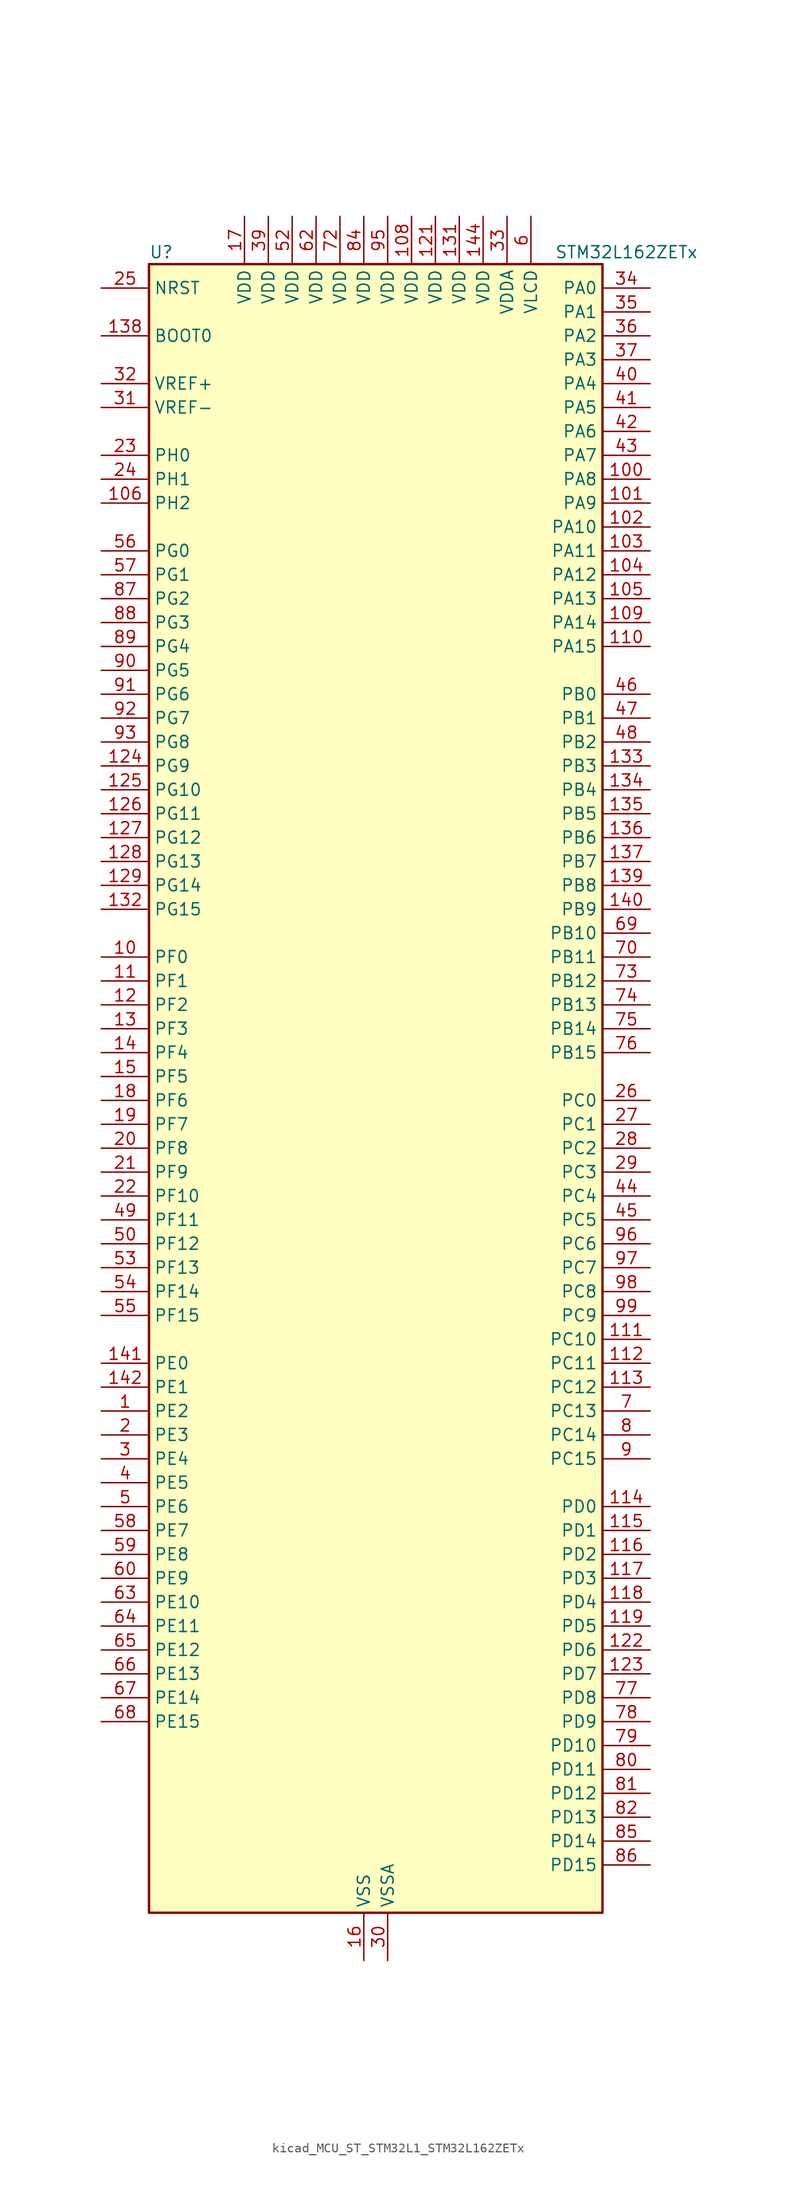
<source format=kicad_sym>
(kicad_symbol_lib
  (version 20220914)
  (generator kicad_symbol_editor)
  (symbol "kicad_MCU_ST_STM32L1_STM32L162ZETx"
    (property "Reference" "U"
      (at -22.86 90.17 0)
      (effects (font (size 1.27 1.27)) (justify left)))
    (property "Value" "STM32L162ZETx"
      (at 20.32 90.17 0)
      (effects (font (size 1.27 1.27)) (justify left)))
    (property "ki_locked" ""
      (at 0 0 0)
      (effects (font (size 1.27 1.27))))
    (symbol "kicad_MCU_ST_STM32L1_STM32L162ZETx_0_1"
      (rectangle (start -22.86 -86.36) (end 25.4 88.9) (stroke (width 0.254) (type default)) (fill (type background))))
    (symbol "kicad_MCU_ST_STM32L1_STM32L162ZETx_1_1"
      (pin bidirectional line (at -27.94 -33.02 0) (length 5.08) (name "PE2" (effects (font (size 1.27 1.27)))) (number "1" (effects (font (size 1.27 1.27)))) (alternate "LCD_SEG38" bidirectional line) (alternate "SYS_TRACECK" bidirectional line) (alternate "TIM3_ETR" bidirectional line) (alternate "TIMX_IC3" bidirectional line))
      (pin bidirectional line (at -27.94 15.24 0) (length 5.08) (name "PF0" (effects (font (size 1.27 1.27)))) (number "10" (effects (font (size 1.27 1.27)))))
      (pin bidirectional line (at 30.48 66.04 180) (length 5.08) (name "PA8" (effects (font (size 1.27 1.27)))) (number "100" (effects (font (size 1.27 1.27)))) (alternate "LCD_COM0" bidirectional line) (alternate "RCC_MCO" bidirectional line) (alternate "TIMX_IC1" bidirectional line) (alternate "TS_G4_IO1" bidirectional line) (alternate "USART1_CK" bidirectional line))
      (pin bidirectional line (at 30.48 63.5 180) (length 5.08) (name "PA9" (effects (font (size 1.27 1.27)))) (number "101" (effects (font (size 1.27 1.27)))) (alternate "DAC_EXTI9" bidirectional line) (alternate "LCD_COM1" bidirectional line) (alternate "TIMX_IC2" bidirectional line) (alternate "TS_G4_IO2" bidirectional line) (alternate "USART1_TX" bidirectional line))
      (pin bidirectional line (at 30.48 60.96 180) (length 5.08) (name "PA10" (effects (font (size 1.27 1.27)))) (number "102" (effects (font (size 1.27 1.27)))) (alternate "LCD_COM2" bidirectional line) (alternate "TIMX_IC3" bidirectional line) (alternate "TS_G4_IO3" bidirectional line) (alternate "USART1_RX" bidirectional line))
      (pin bidirectional line (at 30.48 58.42 180) (length 5.08) (name "PA11" (effects (font (size 1.27 1.27)))) (number "103" (effects (font (size 1.27 1.27)))) (alternate "ADC_EXTI11" bidirectional line) (alternate "SPI1_MISO" bidirectional line) (alternate "TIMX_IC4" bidirectional line) (alternate "USART1_CTS" bidirectional line) (alternate "USB_DM" bidirectional line))
      (pin bidirectional line (at 30.48 55.88 180) (length 5.08) (name "PA12" (effects (font (size 1.27 1.27)))) (number "104" (effects (font (size 1.27 1.27)))) (alternate "SPI1_MOSI" bidirectional line) (alternate "TIMX_IC1" bidirectional line) (alternate "USART1_RTS" bidirectional line) (alternate "USB_DP" bidirectional line))
      (pin bidirectional line (at 30.48 53.34 180) (length 5.08) (name "PA13" (effects (font (size 1.27 1.27)))) (number "105" (effects (font (size 1.27 1.27)))) (alternate "SYS_JTMS-SWDIO" bidirectional line) (alternate "TIMX_IC2" bidirectional line) (alternate "TS_G5_IO1" bidirectional line))
      (pin bidirectional line (at -27.94 63.5 0) (length 5.08) (name "PH2" (effects (font (size 1.27 1.27)))) (number "106" (effects (font (size 1.27 1.27)))))
      (pin passive line (at 0 -91.44 90) (length 5.08) hide (name "VSS" (effects (font (size 1.27 1.27)))) (number "107" (effects (font (size 1.27 1.27)))))
      (pin power_in line (at 5.08 93.98 270) (length 5.08) (name "VDD" (effects (font (size 1.27 1.27)))) (number "108" (effects (font (size 1.27 1.27)))))
      (pin bidirectional line (at 30.48 50.8 180) (length 5.08) (name "PA14" (effects (font (size 1.27 1.27)))) (number "109" (effects (font (size 1.27 1.27)))) (alternate "SYS_JTCK-SWCLK" bidirectional line) (alternate "TIMX_IC3" bidirectional line) (alternate "TS_G5_IO2" bidirectional line))
      (pin bidirectional line (at -27.94 12.7 0) (length 5.08) (name "PF1" (effects (font (size 1.27 1.27)))) (number "11" (effects (font (size 1.27 1.27)))))
      (pin bidirectional line (at 30.48 48.26 180) (length 5.08) (name "PA15" (effects (font (size 1.27 1.27)))) (number "110" (effects (font (size 1.27 1.27)))) (alternate "ADC_EXTI15" bidirectional line) (alternate "I2S3_WS" bidirectional line) (alternate "LCD_SEG17" bidirectional line) (alternate "SPI1_NSS" bidirectional line) (alternate "SPI3_NSS" bidirectional line) (alternate "SYS_JTDI" bidirectional line) (alternate "TIM2_CH1" bidirectional line) (alternate "TIM2_ETR" bidirectional line) (alternate "TIMX_IC4" bidirectional line) (alternate "TS_G5_IO3" bidirectional line))
      (pin bidirectional line (at 30.48 -25.4 180) (length 5.08) (name "PC10" (effects (font (size 1.27 1.27)))) (number "111" (effects (font (size 1.27 1.27)))) (alternate "I2S3_CK" bidirectional line) (alternate "LCD_COM4" bidirectional line) (alternate "LCD_SEG28" bidirectional line) (alternate "LCD_SEG40" bidirectional line) (alternate "SPI3_SCK" bidirectional line) (alternate "TIMX_IC3" bidirectional line) (alternate "UART4_TX" bidirectional line) (alternate "USART3_TX" bidirectional line))
      (pin bidirectional line (at 30.48 -27.94 180) (length 5.08) (name "PC11" (effects (font (size 1.27 1.27)))) (number "112" (effects (font (size 1.27 1.27)))) (alternate "ADC_EXTI11" bidirectional line) (alternate "LCD_COM5" bidirectional line) (alternate "LCD_SEG29" bidirectional line) (alternate "LCD_SEG41" bidirectional line) (alternate "SPI3_MISO" bidirectional line) (alternate "TIMX_IC4" bidirectional line) (alternate "UART4_RX" bidirectional line) (alternate "USART3_RX" bidirectional line))
      (pin bidirectional line (at 30.48 -30.48 180) (length 5.08) (name "PC12" (effects (font (size 1.27 1.27)))) (number "113" (effects (font (size 1.27 1.27)))) (alternate "I2S3_SD" bidirectional line) (alternate "LCD_COM6" bidirectional line) (alternate "LCD_SEG30" bidirectional line) (alternate "LCD_SEG42" bidirectional line) (alternate "SPI3_MOSI" bidirectional line) (alternate "TIMX_IC1" bidirectional line) (alternate "UART5_TX" bidirectional line) (alternate "USART3_CK" bidirectional line))
      (pin bidirectional line (at 30.48 -43.18 180) (length 5.08) (name "PD0" (effects (font (size 1.27 1.27)))) (number "114" (effects (font (size 1.27 1.27)))) (alternate "I2S2_WS" bidirectional line) (alternate "SPI2_NSS" bidirectional line) (alternate "TIM9_CH1" bidirectional line) (alternate "TIMX_IC1" bidirectional line))
      (pin bidirectional line (at 30.48 -45.72 180) (length 5.08) (name "PD1" (effects (font (size 1.27 1.27)))) (number "115" (effects (font (size 1.27 1.27)))) (alternate "I2S2_CK" bidirectional line) (alternate "SPI2_SCK" bidirectional line) (alternate "TIMX_IC2" bidirectional line))
      (pin bidirectional line (at 30.48 -48.26 180) (length 5.08) (name "PD2" (effects (font (size 1.27 1.27)))) (number "116" (effects (font (size 1.27 1.27)))) (alternate "LCD_COM7" bidirectional line) (alternate "LCD_SEG31" bidirectional line) (alternate "LCD_SEG43" bidirectional line) (alternate "TIM3_ETR" bidirectional line) (alternate "TIMX_IC3" bidirectional line) (alternate "UART5_RX" bidirectional line))
      (pin bidirectional line (at 30.48 -50.8 180) (length 5.08) (name "PD3" (effects (font (size 1.27 1.27)))) (number "117" (effects (font (size 1.27 1.27)))) (alternate "SPI2_MISO" bidirectional line) (alternate "TIMX_IC4" bidirectional line) (alternate "USART2_CTS" bidirectional line))
      (pin bidirectional line (at 30.48 -53.34 180) (length 5.08) (name "PD4" (effects (font (size 1.27 1.27)))) (number "118" (effects (font (size 1.27 1.27)))) (alternate "I2S2_SD" bidirectional line) (alternate "SPI2_MOSI" bidirectional line) (alternate "TIMX_IC1" bidirectional line) (alternate "USART2_RTS" bidirectional line))
      (pin bidirectional line (at 30.48 -55.88 180) (length 5.08) (name "PD5" (effects (font (size 1.27 1.27)))) (number "119" (effects (font (size 1.27 1.27)))) (alternate "TIMX_IC2" bidirectional line) (alternate "USART2_TX" bidirectional line))
      (pin bidirectional line (at -27.94 10.16 0) (length 5.08) (name "PF2" (effects (font (size 1.27 1.27)))) (number "12" (effects (font (size 1.27 1.27)))))
      (pin passive line (at 0 -91.44 90) (length 5.08) hide (name "VSS" (effects (font (size 1.27 1.27)))) (number "120" (effects (font (size 1.27 1.27)))))
      (pin power_in line (at 7.62 93.98 270) (length 5.08) (name "VDD" (effects (font (size 1.27 1.27)))) (number "121" (effects (font (size 1.27 1.27)))))
      (pin bidirectional line (at 30.48 -58.42 180) (length 5.08) (name "PD6" (effects (font (size 1.27 1.27)))) (number "122" (effects (font (size 1.27 1.27)))) (alternate "TIMX_IC3" bidirectional line) (alternate "USART2_RX" bidirectional line))
      (pin bidirectional line (at 30.48 -60.96 180) (length 5.08) (name "PD7" (effects (font (size 1.27 1.27)))) (number "123" (effects (font (size 1.27 1.27)))) (alternate "TIM9_CH2" bidirectional line) (alternate "TIMX_IC4" bidirectional line) (alternate "USART2_CK" bidirectional line))
      (pin bidirectional line (at -27.94 35.56 0) (length 5.08) (name "PG9" (effects (font (size 1.27 1.27)))) (number "124" (effects (font (size 1.27 1.27)))) (alternate "DAC_EXTI9" bidirectional line))
      (pin bidirectional line (at -27.94 33.02 0) (length 5.08) (name "PG10" (effects (font (size 1.27 1.27)))) (number "125" (effects (font (size 1.27 1.27)))))
      (pin bidirectional line (at -27.94 30.48 0) (length 5.08) (name "PG11" (effects (font (size 1.27 1.27)))) (number "126" (effects (font (size 1.27 1.27)))) (alternate "ADC_EXTI11" bidirectional line))
      (pin bidirectional line (at -27.94 27.94 0) (length 5.08) (name "PG12" (effects (font (size 1.27 1.27)))) (number "127" (effects (font (size 1.27 1.27)))))
      (pin bidirectional line (at -27.94 25.4 0) (length 5.08) (name "PG13" (effects (font (size 1.27 1.27)))) (number "128" (effects (font (size 1.27 1.27)))))
      (pin bidirectional line (at -27.94 22.86 0) (length 5.08) (name "PG14" (effects (font (size 1.27 1.27)))) (number "129" (effects (font (size 1.27 1.27)))))
      (pin bidirectional line (at -27.94 7.62 0) (length 5.08) (name "PF3" (effects (font (size 1.27 1.27)))) (number "13" (effects (font (size 1.27 1.27)))))
      (pin passive line (at 0 -91.44 90) (length 5.08) hide (name "VSS" (effects (font (size 1.27 1.27)))) (number "130" (effects (font (size 1.27 1.27)))))
      (pin power_in line (at 10.16 93.98 270) (length 5.08) (name "VDD" (effects (font (size 1.27 1.27)))) (number "131" (effects (font (size 1.27 1.27)))))
      (pin bidirectional line (at -27.94 20.32 0) (length 5.08) (name "PG15" (effects (font (size 1.27 1.27)))) (number "132" (effects (font (size 1.27 1.27)))) (alternate "ADC_EXTI15" bidirectional line))
      (pin bidirectional line (at 30.48 35.56 180) (length 5.08) (name "PB3" (effects (font (size 1.27 1.27)))) (number "133" (effects (font (size 1.27 1.27)))) (alternate "COMP2_INM" bidirectional line) (alternate "I2S3_CK" bidirectional line) (alternate "LCD_SEG7" bidirectional line) (alternate "SPI1_SCK" bidirectional line) (alternate "SPI3_SCK" bidirectional line) (alternate "SYS_JTDO-TRACESWO" bidirectional line) (alternate "TIM2_CH2" bidirectional line))
      (pin bidirectional line (at 30.48 33.02 180) (length 5.08) (name "PB4" (effects (font (size 1.27 1.27)))) (number "134" (effects (font (size 1.27 1.27)))) (alternate "COMP2_INP" bidirectional line) (alternate "LCD_SEG8" bidirectional line) (alternate "SPI1_MISO" bidirectional line) (alternate "SPI3_MISO" bidirectional line) (alternate "SYS_JTRST" bidirectional line) (alternate "TIM3_CH1" bidirectional line) (alternate "TS_G6_IO1" bidirectional line))
      (pin bidirectional line (at 30.48 30.48 180) (length 5.08) (name "PB5" (effects (font (size 1.27 1.27)))) (number "135" (effects (font (size 1.27 1.27)))) (alternate "COMP2_INP" bidirectional line) (alternate "I2C1_SMBA" bidirectional line) (alternate "I2S3_SD" bidirectional line) (alternate "LCD_SEG9" bidirectional line) (alternate "SPI1_MOSI" bidirectional line) (alternate "SPI3_MOSI" bidirectional line) (alternate "TIM3_CH2" bidirectional line) (alternate "TS_G6_IO2" bidirectional line))
      (pin bidirectional line (at 30.48 27.94 180) (length 5.08) (name "PB6" (effects (font (size 1.27 1.27)))) (number "136" (effects (font (size 1.27 1.27)))) (alternate "COMP2_INP" bidirectional line) (alternate "I2C1_SCL" bidirectional line) (alternate "TIM4_CH1" bidirectional line) (alternate "TS_G6_IO3" bidirectional line) (alternate "USART1_TX" bidirectional line))
      (pin bidirectional line (at 30.48 25.4 180) (length 5.08) (name "PB7" (effects (font (size 1.27 1.27)))) (number "137" (effects (font (size 1.27 1.27)))) (alternate "COMP2_INP" bidirectional line) (alternate "I2C1_SDA" bidirectional line) (alternate "SYS_PVD_IN" bidirectional line) (alternate "TIM4_CH2" bidirectional line) (alternate "TS_G6_IO4" bidirectional line) (alternate "USART1_RX" bidirectional line))
      (pin input line (at -27.94 81.28 0) (length 5.08) (name "BOOT0" (effects (font (size 1.27 1.27)))) (number "138" (effects (font (size 1.27 1.27)))))
      (pin bidirectional line (at 30.48 22.86 180) (length 5.08) (name "PB8" (effects (font (size 1.27 1.27)))) (number "139" (effects (font (size 1.27 1.27)))) (alternate "I2C1_SCL" bidirectional line) (alternate "LCD_SEG16" bidirectional line) (alternate "TIM10_CH1" bidirectional line) (alternate "TIM4_CH3" bidirectional line))
      (pin bidirectional line (at -27.94 5.08 0) (length 5.08) (name "PF4" (effects (font (size 1.27 1.27)))) (number "14" (effects (font (size 1.27 1.27)))))
      (pin bidirectional line (at 30.48 20.32 180) (length 5.08) (name "PB9" (effects (font (size 1.27 1.27)))) (number "140" (effects (font (size 1.27 1.27)))) (alternate "DAC_EXTI9" bidirectional line) (alternate "I2C1_SDA" bidirectional line) (alternate "LCD_COM3" bidirectional line) (alternate "TIM11_CH1" bidirectional line) (alternate "TIM4_CH4" bidirectional line))
      (pin bidirectional line (at -27.94 -27.94 0) (length 5.08) (name "PE0" (effects (font (size 1.27 1.27)))) (number "141" (effects (font (size 1.27 1.27)))) (alternate "LCD_SEG36" bidirectional line) (alternate "TIM10_CH1" bidirectional line) (alternate "TIM4_ETR" bidirectional line) (alternate "TIMX_IC1" bidirectional line))
      (pin bidirectional line (at -27.94 -30.48 0) (length 5.08) (name "PE1" (effects (font (size 1.27 1.27)))) (number "142" (effects (font (size 1.27 1.27)))) (alternate "LCD_SEG37" bidirectional line) (alternate "TIM11_CH1" bidirectional line) (alternate "TIMX_IC2" bidirectional line))
      (pin passive line (at 0 -91.44 90) (length 5.08) hide (name "VSS" (effects (font (size 1.27 1.27)))) (number "143" (effects (font (size 1.27 1.27)))))
      (pin power_in line (at 12.7 93.98 270) (length 5.08) (name "VDD" (effects (font (size 1.27 1.27)))) (number "144" (effects (font (size 1.27 1.27)))))
      (pin bidirectional line (at -27.94 2.54 0) (length 5.08) (name "PF5" (effects (font (size 1.27 1.27)))) (number "15" (effects (font (size 1.27 1.27)))))
      (pin power_in line (at 0 -91.44 90) (length 5.08) (name "VSS" (effects (font (size 1.27 1.27)))) (number "16" (effects (font (size 1.27 1.27)))))
      (pin power_in line (at -12.7 93.98 270) (length 5.08) (name "VDD" (effects (font (size 1.27 1.27)))) (number "17" (effects (font (size 1.27 1.27)))))
      (pin bidirectional line (at -27.94 0 0) (length 5.08) (name "PF6" (effects (font (size 1.27 1.27)))) (number "18" (effects (font (size 1.27 1.27)))) (alternate "ADC_IN27" bidirectional line) (alternate "TIM5_CH1" bidirectional line) (alternate "TIM5_ETR" bidirectional line) (alternate "TS_G11_IO1" bidirectional line))
      (pin bidirectional line (at -27.94 -2.54 0) (length 5.08) (name "PF7" (effects (font (size 1.27 1.27)))) (number "19" (effects (font (size 1.27 1.27)))) (alternate "ADC_IN28" bidirectional line) (alternate "COMP1_INP" bidirectional line) (alternate "TIM5_CH2" bidirectional line) (alternate "TS_G11_IO2" bidirectional line))
      (pin bidirectional line (at -27.94 -35.56 0) (length 5.08) (name "PE3" (effects (font (size 1.27 1.27)))) (number "2" (effects (font (size 1.27 1.27)))) (alternate "LCD_SEG39" bidirectional line) (alternate "SYS_TRACED0" bidirectional line) (alternate "TIM3_CH1" bidirectional line) (alternate "TIMX_IC4" bidirectional line))
      (pin bidirectional line (at -27.94 -5.08 0) (length 5.08) (name "PF8" (effects (font (size 1.27 1.27)))) (number "20" (effects (font (size 1.27 1.27)))) (alternate "ADC_IN29" bidirectional line) (alternate "COMP1_INP" bidirectional line) (alternate "TIM5_CH3" bidirectional line) (alternate "TS_G11_IO3" bidirectional line))
      (pin bidirectional line (at -27.94 -7.62 0) (length 5.08) (name "PF9" (effects (font (size 1.27 1.27)))) (number "21" (effects (font (size 1.27 1.27)))) (alternate "ADC_IN30" bidirectional line) (alternate "COMP1_INP" bidirectional line) (alternate "DAC_EXTI9" bidirectional line) (alternate "TIM5_CH4" bidirectional line) (alternate "TS_G11_IO4" bidirectional line))
      (pin bidirectional line (at -27.94 -10.16 0) (length 5.08) (name "PF10" (effects (font (size 1.27 1.27)))) (number "22" (effects (font (size 1.27 1.27)))) (alternate "ADC_IN31" bidirectional line) (alternate "COMP1_INP" bidirectional line) (alternate "TS_G11_IO5" bidirectional line))
      (pin bidirectional line (at -27.94 68.58 0) (length 5.08) (name "PH0" (effects (font (size 1.27 1.27)))) (number "23" (effects (font (size 1.27 1.27)))) (alternate "RCC_OSC_IN" bidirectional line))
      (pin bidirectional line (at -27.94 66.04 0) (length 5.08) (name "PH1" (effects (font (size 1.27 1.27)))) (number "24" (effects (font (size 1.27 1.27)))) (alternate "RCC_OSC_OUT" bidirectional line))
      (pin input line (at -27.94 86.36 0) (length 5.08) (name "NRST" (effects (font (size 1.27 1.27)))) (number "25" (effects (font (size 1.27 1.27)))))
      (pin bidirectional line (at 30.48 0 180) (length 5.08) (name "PC0" (effects (font (size 1.27 1.27)))) (number "26" (effects (font (size 1.27 1.27)))) (alternate "ADC_IN10" bidirectional line) (alternate "COMP1_INP" bidirectional line) (alternate "LCD_SEG18" bidirectional line) (alternate "TIMX_IC1" bidirectional line) (alternate "TS_G8_IO1" bidirectional line))
      (pin bidirectional line (at 30.48 -2.54 180) (length 5.08) (name "PC1" (effects (font (size 1.27 1.27)))) (number "27" (effects (font (size 1.27 1.27)))) (alternate "ADC_IN11" bidirectional line) (alternate "COMP1_INP" bidirectional line) (alternate "LCD_SEG19" bidirectional line) (alternate "TIMX_IC2" bidirectional line) (alternate "TS_G8_IO2" bidirectional line))
      (pin bidirectional line (at 30.48 -5.08 180) (length 5.08) (name "PC2" (effects (font (size 1.27 1.27)))) (number "28" (effects (font (size 1.27 1.27)))) (alternate "ADC_IN12" bidirectional line) (alternate "COMP1_INP" bidirectional line) (alternate "LCD_SEG20" bidirectional line) (alternate "TIMX_IC3" bidirectional line) (alternate "TS_G8_IO3" bidirectional line))
      (pin bidirectional line (at 30.48 -7.62 180) (length 5.08) (name "PC3" (effects (font (size 1.27 1.27)))) (number "29" (effects (font (size 1.27 1.27)))) (alternate "ADC_IN13" bidirectional line) (alternate "COMP1_INP" bidirectional line) (alternate "LCD_SEG21" bidirectional line) (alternate "TIMX_IC4" bidirectional line) (alternate "TS_G8_IO4" bidirectional line))
      (pin bidirectional line (at -27.94 -38.1 0) (length 5.08) (name "PE4" (effects (font (size 1.27 1.27)))) (number "3" (effects (font (size 1.27 1.27)))) (alternate "SYS_TRACED1" bidirectional line) (alternate "TIM3_CH2" bidirectional line) (alternate "TIMX_IC1" bidirectional line))
      (pin power_in line (at 2.54 -91.44 90) (length 5.08) (name "VSSA" (effects (font (size 1.27 1.27)))) (number "30" (effects (font (size 1.27 1.27)))))
      (pin input line (at -27.94 73.66 0) (length 5.08) (name "VREF-" (effects (font (size 1.27 1.27)))) (number "31" (effects (font (size 1.27 1.27)))))
      (pin input line (at -27.94 76.2 0) (length 5.08) (name "VREF+" (effects (font (size 1.27 1.27)))) (number "32" (effects (font (size 1.27 1.27)))))
      (pin power_in line (at 15.24 93.98 270) (length 5.08) (name "VDDA" (effects (font (size 1.27 1.27)))) (number "33" (effects (font (size 1.27 1.27)))))
      (pin bidirectional line (at 30.48 86.36 180) (length 5.08) (name "PA0" (effects (font (size 1.27 1.27)))) (number "34" (effects (font (size 1.27 1.27)))) (alternate "ADC_IN0" bidirectional line) (alternate "COMP1_INP" bidirectional line) (alternate "RTC_TAMP2" bidirectional line) (alternate "SYS_WKUP1" bidirectional line) (alternate "TIM2_CH1" bidirectional line) (alternate "TIM2_ETR" bidirectional line) (alternate "TIM5_CH1" bidirectional line) (alternate "TIMX_IC1" bidirectional line) (alternate "TS_G1_IO1" bidirectional line) (alternate "USART2_CTS" bidirectional line))
      (pin bidirectional line (at 30.48 83.82 180) (length 5.08) (name "PA1" (effects (font (size 1.27 1.27)))) (number "35" (effects (font (size 1.27 1.27)))) (alternate "ADC_IN1" bidirectional line) (alternate "COMP1_INP" bidirectional line) (alternate "LCD_SEG0" bidirectional line) (alternate "OPAMP1_VINP" bidirectional line) (alternate "TIM2_CH2" bidirectional line) (alternate "TIM5_CH2" bidirectional line) (alternate "TIMX_IC2" bidirectional line) (alternate "TS_G1_IO2" bidirectional line) (alternate "USART2_RTS" bidirectional line))
      (pin bidirectional line (at 30.48 81.28 180) (length 5.08) (name "PA2" (effects (font (size 1.27 1.27)))) (number "36" (effects (font (size 1.27 1.27)))) (alternate "ADC_IN2" bidirectional line) (alternate "COMP1_INP" bidirectional line) (alternate "LCD_SEG1" bidirectional line) (alternate "OPAMP1_VINM" bidirectional line) (alternate "TIM2_CH3" bidirectional line) (alternate "TIM5_CH3" bidirectional line) (alternate "TIM9_CH1" bidirectional line) (alternate "TIMX_IC3" bidirectional line) (alternate "TS_G1_IO3" bidirectional line) (alternate "USART2_TX" bidirectional line))
      (pin bidirectional line (at 30.48 78.74 180) (length 5.08) (name "PA3" (effects (font (size 1.27 1.27)))) (number "37" (effects (font (size 1.27 1.27)))) (alternate "ADC_IN3" bidirectional line) (alternate "COMP1_INP" bidirectional line) (alternate "LCD_SEG2" bidirectional line) (alternate "OPAMP1_VOUT" bidirectional line) (alternate "TIM2_CH4" bidirectional line) (alternate "TIM5_CH4" bidirectional line) (alternate "TIM9_CH2" bidirectional line) (alternate "TIMX_IC4" bidirectional line) (alternate "TS_G1_IO4" bidirectional line) (alternate "USART2_RX" bidirectional line))
      (pin passive line (at 0 -91.44 90) (length 5.08) hide (name "VSS" (effects (font (size 1.27 1.27)))) (number "38" (effects (font (size 1.27 1.27)))))
      (pin power_in line (at -10.16 93.98 270) (length 5.08) (name "VDD" (effects (font (size 1.27 1.27)))) (number "39" (effects (font (size 1.27 1.27)))))
      (pin bidirectional line (at -27.94 -40.64 0) (length 5.08) (name "PE5" (effects (font (size 1.27 1.27)))) (number "4" (effects (font (size 1.27 1.27)))) (alternate "SYS_TRACED2" bidirectional line) (alternate "TIM9_CH1" bidirectional line) (alternate "TIMX_IC2" bidirectional line))
      (pin bidirectional line (at 30.48 76.2 180) (length 5.08) (name "PA4" (effects (font (size 1.27 1.27)))) (number "40" (effects (font (size 1.27 1.27)))) (alternate "ADC_IN4" bidirectional line) (alternate "COMP1_INP" bidirectional line) (alternate "DAC_OUT1" bidirectional line) (alternate "I2S3_WS" bidirectional line) (alternate "SPI1_NSS" bidirectional line) (alternate "SPI3_NSS" bidirectional line) (alternate "TIMX_IC1" bidirectional line) (alternate "USART2_CK" bidirectional line))
      (pin bidirectional line (at 30.48 73.66 180) (length 5.08) (name "PA5" (effects (font (size 1.27 1.27)))) (number "41" (effects (font (size 1.27 1.27)))) (alternate "ADC_IN5" bidirectional line) (alternate "COMP1_INP" bidirectional line) (alternate "DAC_OUT2" bidirectional line) (alternate "SPI1_SCK" bidirectional line) (alternate "TIM2_CH1" bidirectional line) (alternate "TIM2_ETR" bidirectional line) (alternate "TIMX_IC2" bidirectional line))
      (pin bidirectional line (at 30.48 71.12 180) (length 5.08) (name "PA6" (effects (font (size 1.27 1.27)))) (number "42" (effects (font (size 1.27 1.27)))) (alternate "ADC_IN6" bidirectional line) (alternate "COMP1_INP" bidirectional line) (alternate "LCD_SEG3" bidirectional line) (alternate "OPAMP2_VINP" bidirectional line) (alternate "SPI1_MISO" bidirectional line) (alternate "TIM10_CH1" bidirectional line) (alternate "TIM3_CH1" bidirectional line) (alternate "TIMX_IC3" bidirectional line) (alternate "TS_G2_IO1" bidirectional line))
      (pin bidirectional line (at 30.48 68.58 180) (length 5.08) (name "PA7" (effects (font (size 1.27 1.27)))) (number "43" (effects (font (size 1.27 1.27)))) (alternate "ADC_IN7" bidirectional line) (alternate "COMP1_INP" bidirectional line) (alternate "LCD_SEG4" bidirectional line) (alternate "OPAMP2_VINM" bidirectional line) (alternate "SPI1_MOSI" bidirectional line) (alternate "TIM11_CH1" bidirectional line) (alternate "TIM3_CH2" bidirectional line) (alternate "TIMX_IC4" bidirectional line) (alternate "TS_G2_IO2" bidirectional line))
      (pin bidirectional line (at 30.48 -10.16 180) (length 5.08) (name "PC4" (effects (font (size 1.27 1.27)))) (number "44" (effects (font (size 1.27 1.27)))) (alternate "ADC_IN14" bidirectional line) (alternate "COMP1_INP" bidirectional line) (alternate "LCD_SEG22" bidirectional line) (alternate "TIMX_IC1" bidirectional line) (alternate "TS_G9_IO1" bidirectional line))
      (pin bidirectional line (at 30.48 -12.7 180) (length 5.08) (name "PC5" (effects (font (size 1.27 1.27)))) (number "45" (effects (font (size 1.27 1.27)))) (alternate "ADC_IN15" bidirectional line) (alternate "COMP1_INP" bidirectional line) (alternate "LCD_SEG23" bidirectional line) (alternate "TIMX_IC2" bidirectional line) (alternate "TS_G9_IO2" bidirectional line))
      (pin bidirectional line (at 30.48 43.18 180) (length 5.08) (name "PB0" (effects (font (size 1.27 1.27)))) (number "46" (effects (font (size 1.27 1.27)))) (alternate "ADC_IN8" bidirectional line) (alternate "COMP1_INP" bidirectional line) (alternate "LCD_SEG5" bidirectional line) (alternate "OPAMP2_VOUT" bidirectional line) (alternate "SYS_V_REF_OUT" bidirectional line) (alternate "TIM3_CH3" bidirectional line) (alternate "TS_G3_IO1" bidirectional line))
      (pin bidirectional line (at 30.48 40.64 180) (length 5.08) (name "PB1" (effects (font (size 1.27 1.27)))) (number "47" (effects (font (size 1.27 1.27)))) (alternate "ADC_IN9" bidirectional line) (alternate "COMP1_INP" bidirectional line) (alternate "LCD_SEG6" bidirectional line) (alternate "SYS_V_REF_OUT" bidirectional line) (alternate "TIM3_CH4" bidirectional line) (alternate "TS_G3_IO2" bidirectional line))
      (pin bidirectional line (at 30.48 38.1 180) (length 5.08) (name "PB2" (effects (font (size 1.27 1.27)))) (number "48" (effects (font (size 1.27 1.27)))) (alternate "ADC_IN0b" bidirectional line) (alternate "TS_G3_IO3" bidirectional line))
      (pin bidirectional line (at -27.94 -12.7 0) (length 5.08) (name "PF11" (effects (font (size 1.27 1.27)))) (number "49" (effects (font (size 1.27 1.27)))) (alternate "ADC_EXTI11" bidirectional line) (alternate "ADC_IN1b" bidirectional line) (alternate "TS_G3_IO4" bidirectional line))
      (pin bidirectional line (at -27.94 -43.18 0) (length 5.08) (name "PE6" (effects (font (size 1.27 1.27)))) (number "5" (effects (font (size 1.27 1.27)))) (alternate "RTC_TAMP3" bidirectional line) (alternate "SYS_TRACED3" bidirectional line) (alternate "SYS_WKUP3" bidirectional line) (alternate "TIM9_CH2" bidirectional line) (alternate "TIMX_IC3" bidirectional line))
      (pin bidirectional line (at -27.94 -15.24 0) (length 5.08) (name "PF12" (effects (font (size 1.27 1.27)))) (number "50" (effects (font (size 1.27 1.27)))) (alternate "ADC_IN2b" bidirectional line) (alternate "TS_G3_IO5" bidirectional line))
      (pin passive line (at 0 -91.44 90) (length 5.08) hide (name "VSS" (effects (font (size 1.27 1.27)))) (number "51" (effects (font (size 1.27 1.27)))))
      (pin power_in line (at -7.62 93.98 270) (length 5.08) (name "VDD" (effects (font (size 1.27 1.27)))) (number "52" (effects (font (size 1.27 1.27)))))
      (pin bidirectional line (at -27.94 -17.78 0) (length 5.08) (name "PF13" (effects (font (size 1.27 1.27)))) (number "53" (effects (font (size 1.27 1.27)))) (alternate "ADC_IN3b" bidirectional line) (alternate "TS_G9_IO3" bidirectional line))
      (pin bidirectional line (at -27.94 -20.32 0) (length 5.08) (name "PF14" (effects (font (size 1.27 1.27)))) (number "54" (effects (font (size 1.27 1.27)))) (alternate "ADC_IN6b" bidirectional line) (alternate "TS_G9_IO4" bidirectional line))
      (pin bidirectional line (at -27.94 -22.86 0) (length 5.08) (name "PF15" (effects (font (size 1.27 1.27)))) (number "55" (effects (font (size 1.27 1.27)))) (alternate "ADC_EXTI15" bidirectional line) (alternate "ADC_IN7b" bidirectional line) (alternate "TS_G2_IO3" bidirectional line))
      (pin bidirectional line (at -27.94 58.42 0) (length 5.08) (name "PG0" (effects (font (size 1.27 1.27)))) (number "56" (effects (font (size 1.27 1.27)))) (alternate "ADC_IN8b" bidirectional line) (alternate "TS_G2_IO4" bidirectional line))
      (pin bidirectional line (at -27.94 55.88 0) (length 5.08) (name "PG1" (effects (font (size 1.27 1.27)))) (number "57" (effects (font (size 1.27 1.27)))) (alternate "ADC_IN9b" bidirectional line) (alternate "TS_G2_IO5" bidirectional line))
      (pin bidirectional line (at -27.94 -45.72 0) (length 5.08) (name "PE7" (effects (font (size 1.27 1.27)))) (number "58" (effects (font (size 1.27 1.27)))) (alternate "ADC_IN22" bidirectional line) (alternate "COMP1_INP" bidirectional line) (alternate "TIMX_IC4" bidirectional line))
      (pin bidirectional line (at -27.94 -48.26 0) (length 5.08) (name "PE8" (effects (font (size 1.27 1.27)))) (number "59" (effects (font (size 1.27 1.27)))) (alternate "ADC_IN23" bidirectional line) (alternate "COMP1_INP" bidirectional line) (alternate "TIMX_IC1" bidirectional line))
      (pin power_in line (at 17.78 93.98 270) (length 5.08) (name "VLCD" (effects (font (size 1.27 1.27)))) (number "6" (effects (font (size 1.27 1.27)))))
      (pin bidirectional line (at -27.94 -50.8 0) (length 5.08) (name "PE9" (effects (font (size 1.27 1.27)))) (number "60" (effects (font (size 1.27 1.27)))) (alternate "ADC_IN24" bidirectional line) (alternate "COMP1_INP" bidirectional line) (alternate "DAC_EXTI9" bidirectional line) (alternate "TIM2_CH1" bidirectional line) (alternate "TIM2_ETR" bidirectional line) (alternate "TIMX_IC2" bidirectional line))
      (pin passive line (at 0 -91.44 90) (length 5.08) hide (name "VSS" (effects (font (size 1.27 1.27)))) (number "61" (effects (font (size 1.27 1.27)))))
      (pin power_in line (at -5.08 93.98 270) (length 5.08) (name "VDD" (effects (font (size 1.27 1.27)))) (number "62" (effects (font (size 1.27 1.27)))))
      (pin bidirectional line (at -27.94 -53.34 0) (length 5.08) (name "PE10" (effects (font (size 1.27 1.27)))) (number "63" (effects (font (size 1.27 1.27)))) (alternate "ADC_IN25" bidirectional line) (alternate "COMP1_INP" bidirectional line) (alternate "TIM2_CH2" bidirectional line) (alternate "TIMX_IC3" bidirectional line))
      (pin bidirectional line (at -27.94 -55.88 0) (length 5.08) (name "PE11" (effects (font (size 1.27 1.27)))) (number "64" (effects (font (size 1.27 1.27)))) (alternate "ADC_EXTI11" bidirectional line) (alternate "TIM2_CH3" bidirectional line) (alternate "TIMX_IC4" bidirectional line))
      (pin bidirectional line (at -27.94 -58.42 0) (length 5.08) (name "PE12" (effects (font (size 1.27 1.27)))) (number "65" (effects (font (size 1.27 1.27)))) (alternate "SPI1_NSS" bidirectional line) (alternate "TIM2_CH4" bidirectional line) (alternate "TIMX_IC1" bidirectional line))
      (pin bidirectional line (at -27.94 -60.96 0) (length 5.08) (name "PE13" (effects (font (size 1.27 1.27)))) (number "66" (effects (font (size 1.27 1.27)))) (alternate "SPI1_SCK" bidirectional line) (alternate "TIMX_IC2" bidirectional line))
      (pin bidirectional line (at -27.94 -63.5 0) (length 5.08) (name "PE14" (effects (font (size 1.27 1.27)))) (number "67" (effects (font (size 1.27 1.27)))) (alternate "SPI1_MISO" bidirectional line) (alternate "TIMX_IC3" bidirectional line))
      (pin bidirectional line (at -27.94 -66.04 0) (length 5.08) (name "PE15" (effects (font (size 1.27 1.27)))) (number "68" (effects (font (size 1.27 1.27)))) (alternate "ADC_EXTI15" bidirectional line) (alternate "SPI1_MOSI" bidirectional line) (alternate "TIMX_IC4" bidirectional line))
      (pin bidirectional line (at 30.48 17.78 180) (length 5.08) (name "PB10" (effects (font (size 1.27 1.27)))) (number "69" (effects (font (size 1.27 1.27)))) (alternate "I2C2_SCL" bidirectional line) (alternate "LCD_SEG10" bidirectional line) (alternate "TIM2_CH3" bidirectional line) (alternate "USART3_TX" bidirectional line))
      (pin bidirectional line (at 30.48 -33.02 180) (length 5.08) (name "PC13" (effects (font (size 1.27 1.27)))) (number "7" (effects (font (size 1.27 1.27)))) (alternate "RTC_OUT_ALARM" bidirectional line) (alternate "RTC_OUT_CALIB" bidirectional line) (alternate "RTC_TAMP1" bidirectional line) (alternate "RTC_TS" bidirectional line) (alternate "SYS_WKUP2" bidirectional line) (alternate "TIMX_IC2" bidirectional line))
      (pin bidirectional line (at 30.48 15.24 180) (length 5.08) (name "PB11" (effects (font (size 1.27 1.27)))) (number "70" (effects (font (size 1.27 1.27)))) (alternate "ADC_EXTI11" bidirectional line) (alternate "I2C2_SDA" bidirectional line) (alternate "LCD_SEG11" bidirectional line) (alternate "TIM2_CH4" bidirectional line) (alternate "USART3_RX" bidirectional line))
      (pin passive line (at 0 -91.44 90) (length 5.08) hide (name "VSS" (effects (font (size 1.27 1.27)))) (number "71" (effects (font (size 1.27 1.27)))))
      (pin power_in line (at -2.54 93.98 270) (length 5.08) (name "VDD" (effects (font (size 1.27 1.27)))) (number "72" (effects (font (size 1.27 1.27)))))
      (pin bidirectional line (at 30.48 12.7 180) (length 5.08) (name "PB12" (effects (font (size 1.27 1.27)))) (number "73" (effects (font (size 1.27 1.27)))) (alternate "ADC_IN18" bidirectional line) (alternate "COMP1_INP" bidirectional line) (alternate "I2C2_SMBA" bidirectional line) (alternate "I2S2_WS" bidirectional line) (alternate "LCD_SEG12" bidirectional line) (alternate "SPI2_NSS" bidirectional line) (alternate "TIM10_CH1" bidirectional line) (alternate "TS_G7_IO1" bidirectional line) (alternate "USART3_CK" bidirectional line))
      (pin bidirectional line (at 30.48 10.16 180) (length 5.08) (name "PB13" (effects (font (size 1.27 1.27)))) (number "74" (effects (font (size 1.27 1.27)))) (alternate "ADC_IN19" bidirectional line) (alternate "COMP1_INP" bidirectional line) (alternate "I2S2_CK" bidirectional line) (alternate "LCD_SEG13" bidirectional line) (alternate "SPI2_SCK" bidirectional line) (alternate "TIM9_CH1" bidirectional line) (alternate "TS_G7_IO2" bidirectional line) (alternate "USART3_CTS" bidirectional line))
      (pin bidirectional line (at 30.48 7.62 180) (length 5.08) (name "PB14" (effects (font (size 1.27 1.27)))) (number "75" (effects (font (size 1.27 1.27)))) (alternate "ADC_IN20" bidirectional line) (alternate "COMP1_INP" bidirectional line) (alternate "LCD_SEG14" bidirectional line) (alternate "SPI2_MISO" bidirectional line) (alternate "TIM9_CH2" bidirectional line) (alternate "TS_G7_IO3" bidirectional line) (alternate "USART3_RTS" bidirectional line))
      (pin bidirectional line (at 30.48 5.08 180) (length 5.08) (name "PB15" (effects (font (size 1.27 1.27)))) (number "76" (effects (font (size 1.27 1.27)))) (alternate "ADC_EXTI15" bidirectional line) (alternate "ADC_IN21" bidirectional line) (alternate "COMP1_INP" bidirectional line) (alternate "I2S2_SD" bidirectional line) (alternate "LCD_SEG15" bidirectional line) (alternate "RTC_REFIN" bidirectional line) (alternate "SPI2_MOSI" bidirectional line) (alternate "TIM11_CH1" bidirectional line) (alternate "TS_G7_IO4" bidirectional line))
      (pin bidirectional line (at 30.48 -63.5 180) (length 5.08) (name "PD8" (effects (font (size 1.27 1.27)))) (number "77" (effects (font (size 1.27 1.27)))) (alternate "LCD_SEG28" bidirectional line) (alternate "TIMX_IC1" bidirectional line) (alternate "USART3_TX" bidirectional line))
      (pin bidirectional line (at 30.48 -66.04 180) (length 5.08) (name "PD9" (effects (font (size 1.27 1.27)))) (number "78" (effects (font (size 1.27 1.27)))) (alternate "DAC_EXTI9" bidirectional line) (alternate "LCD_SEG29" bidirectional line) (alternate "TIMX_IC2" bidirectional line) (alternate "USART3_RX" bidirectional line))
      (pin bidirectional line (at 30.48 -68.58 180) (length 5.08) (name "PD10" (effects (font (size 1.27 1.27)))) (number "79" (effects (font (size 1.27 1.27)))) (alternate "LCD_SEG30" bidirectional line) (alternate "TIMX_IC3" bidirectional line) (alternate "USART3_CK" bidirectional line))
      (pin bidirectional line (at 30.48 -35.56 180) (length 5.08) (name "PC14" (effects (font (size 1.27 1.27)))) (number "8" (effects (font (size 1.27 1.27)))) (alternate "RCC_OSC32_IN" bidirectional line) (alternate "TIMX_IC3" bidirectional line))
      (pin bidirectional line (at 30.48 -71.12 180) (length 5.08) (name "PD11" (effects (font (size 1.27 1.27)))) (number "80" (effects (font (size 1.27 1.27)))) (alternate "ADC_EXTI11" bidirectional line) (alternate "LCD_SEG31" bidirectional line) (alternate "TIMX_IC4" bidirectional line) (alternate "USART3_CTS" bidirectional line))
      (pin bidirectional line (at 30.48 -73.66 180) (length 5.08) (name "PD12" (effects (font (size 1.27 1.27)))) (number "81" (effects (font (size 1.27 1.27)))) (alternate "LCD_SEG32" bidirectional line) (alternate "TIM4_CH1" bidirectional line) (alternate "TIMX_IC1" bidirectional line) (alternate "USART3_RTS" bidirectional line))
      (pin bidirectional line (at 30.48 -76.2 180) (length 5.08) (name "PD13" (effects (font (size 1.27 1.27)))) (number "82" (effects (font (size 1.27 1.27)))) (alternate "LCD_SEG33" bidirectional line) (alternate "TIM4_CH2" bidirectional line) (alternate "TIMX_IC2" bidirectional line))
      (pin passive line (at 0 -91.44 90) (length 5.08) hide (name "VSS" (effects (font (size 1.27 1.27)))) (number "83" (effects (font (size 1.27 1.27)))))
      (pin power_in line (at 0 93.98 270) (length 5.08) (name "VDD" (effects (font (size 1.27 1.27)))) (number "84" (effects (font (size 1.27 1.27)))))
      (pin bidirectional line (at 30.48 -78.74 180) (length 5.08) (name "PD14" (effects (font (size 1.27 1.27)))) (number "85" (effects (font (size 1.27 1.27)))) (alternate "LCD_SEG34" bidirectional line) (alternate "TIM4_CH3" bidirectional line) (alternate "TIMX_IC3" bidirectional line))
      (pin bidirectional line (at 30.48 -81.28 180) (length 5.08) (name "PD15" (effects (font (size 1.27 1.27)))) (number "86" (effects (font (size 1.27 1.27)))) (alternate "ADC_EXTI15" bidirectional line) (alternate "LCD_SEG35" bidirectional line) (alternate "TIM4_CH4" bidirectional line) (alternate "TIMX_IC4" bidirectional line))
      (pin bidirectional line (at -27.94 53.34 0) (length 5.08) (name "PG2" (effects (font (size 1.27 1.27)))) (number "87" (effects (font (size 1.27 1.27)))) (alternate "ADC_IN10b" bidirectional line) (alternate "TS_G7_IO5" bidirectional line))
      (pin bidirectional line (at -27.94 50.8 0) (length 5.08) (name "PG3" (effects (font (size 1.27 1.27)))) (number "88" (effects (font (size 1.27 1.27)))) (alternate "ADC_IN11b" bidirectional line) (alternate "TS_G7_IO6" bidirectional line))
      (pin bidirectional line (at -27.94 48.26 0) (length 5.08) (name "PG4" (effects (font (size 1.27 1.27)))) (number "89" (effects (font (size 1.27 1.27)))) (alternate "ADC_IN12b" bidirectional line) (alternate "TS_G7_IO7" bidirectional line))
      (pin bidirectional line (at 30.48 -38.1 180) (length 5.08) (name "PC15" (effects (font (size 1.27 1.27)))) (number "9" (effects (font (size 1.27 1.27)))) (alternate "ADC_EXTI15" bidirectional line) (alternate "RCC_OSC32_OUT" bidirectional line) (alternate "TIMX_IC4" bidirectional line))
      (pin bidirectional line (at -27.94 45.72 0) (length 5.08) (name "PG5" (effects (font (size 1.27 1.27)))) (number "90" (effects (font (size 1.27 1.27)))))
      (pin bidirectional line (at -27.94 43.18 0) (length 5.08) (name "PG6" (effects (font (size 1.27 1.27)))) (number "91" (effects (font (size 1.27 1.27)))))
      (pin bidirectional line (at -27.94 40.64 0) (length 5.08) (name "PG7" (effects (font (size 1.27 1.27)))) (number "92" (effects (font (size 1.27 1.27)))))
      (pin bidirectional line (at -27.94 38.1 0) (length 5.08) (name "PG8" (effects (font (size 1.27 1.27)))) (number "93" (effects (font (size 1.27 1.27)))))
      (pin passive line (at 0 -91.44 90) (length 5.08) hide (name "VSS" (effects (font (size 1.27 1.27)))) (number "94" (effects (font (size 1.27 1.27)))))
      (pin power_in line (at 2.54 93.98 270) (length 5.08) (name "VDD" (effects (font (size 1.27 1.27)))) (number "95" (effects (font (size 1.27 1.27)))))
      (pin bidirectional line (at 30.48 -15.24 180) (length 5.08) (name "PC6" (effects (font (size 1.27 1.27)))) (number "96" (effects (font (size 1.27 1.27)))) (alternate "I2S2_MCK" bidirectional line) (alternate "LCD_SEG24" bidirectional line) (alternate "TIM3_CH1" bidirectional line) (alternate "TIMX_IC3" bidirectional line) (alternate "TS_G10_IO1" bidirectional line))
      (pin bidirectional line (at 30.48 -17.78 180) (length 5.08) (name "PC7" (effects (font (size 1.27 1.27)))) (number "97" (effects (font (size 1.27 1.27)))) (alternate "I2S3_MCK" bidirectional line) (alternate "LCD_SEG25" bidirectional line) (alternate "TIM3_CH2" bidirectional line) (alternate "TIMX_IC4" bidirectional line) (alternate "TS_G10_IO2" bidirectional line))
      (pin bidirectional line (at 30.48 -20.32 180) (length 5.08) (name "PC8" (effects (font (size 1.27 1.27)))) (number "98" (effects (font (size 1.27 1.27)))) (alternate "LCD_SEG26" bidirectional line) (alternate "TIM3_CH3" bidirectional line) (alternate "TIMX_IC1" bidirectional line) (alternate "TS_G10_IO3" bidirectional line))
      (pin bidirectional line (at 30.48 -22.86 180) (length 5.08) (name "PC9" (effects (font (size 1.27 1.27)))) (number "99" (effects (font (size 1.27 1.27)))) (alternate "DAC_EXTI9" bidirectional line) (alternate "LCD_SEG27" bidirectional line) (alternate "TIM3_CH4" bidirectional line) (alternate "TIMX_IC2" bidirectional line) (alternate "TS_G10_IO4" bidirectional line)))))
</source>
